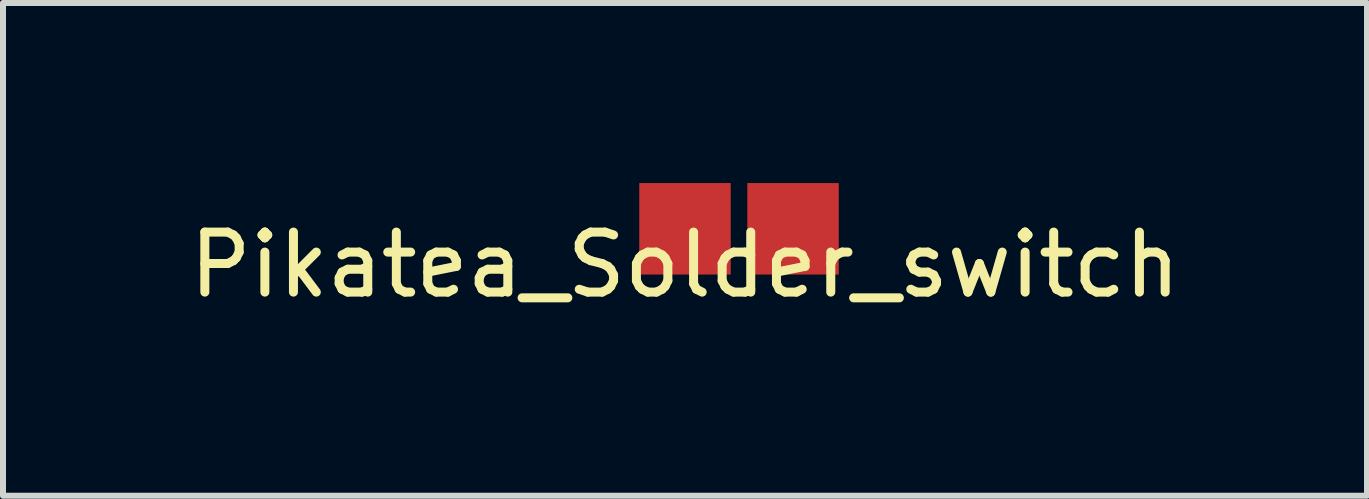
<source format=kicad_pcb>
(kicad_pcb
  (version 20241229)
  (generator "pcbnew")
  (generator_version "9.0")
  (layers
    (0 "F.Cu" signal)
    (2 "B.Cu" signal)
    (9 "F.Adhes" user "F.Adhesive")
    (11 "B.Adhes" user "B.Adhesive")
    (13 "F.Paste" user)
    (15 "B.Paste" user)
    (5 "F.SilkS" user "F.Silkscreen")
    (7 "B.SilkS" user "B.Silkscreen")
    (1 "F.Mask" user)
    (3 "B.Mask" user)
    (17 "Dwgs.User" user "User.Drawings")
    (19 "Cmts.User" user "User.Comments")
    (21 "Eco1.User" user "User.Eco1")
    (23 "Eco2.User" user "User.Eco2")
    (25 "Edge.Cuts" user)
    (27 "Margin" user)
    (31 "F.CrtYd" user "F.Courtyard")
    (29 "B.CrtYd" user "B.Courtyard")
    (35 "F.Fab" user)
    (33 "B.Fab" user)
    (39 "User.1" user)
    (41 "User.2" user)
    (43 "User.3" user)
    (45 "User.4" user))
  (footprint "Pikatea_Solder_switch"
    (layer "F.Cu")
    (at 8.363 0.862)
    (property "Reference" "Pikatea_Solder_switch" (at 0 0.5 0) (layer "F.SilkS") (effects (font (size 1 1) (thickness 0.15))))
    (attr through_hole)
    (pad "1" smd rect (at 0 -0.1) (size 1.524 1.524) (layers "F.Cu" "F.Mask" "F.Paste"))
    (pad "2" smd rect (at 1.8 -0.1) (size 1.524 1.524) (layers "F.Cu" "F.Mask" "F.Paste")))
  (gr_rect
    (start -3 -3)
    (end 19.726 5.21)
    (stroke (width 0.1) (type default))
    (fill no)
    (layer "Edge.Cuts")))
</source>
